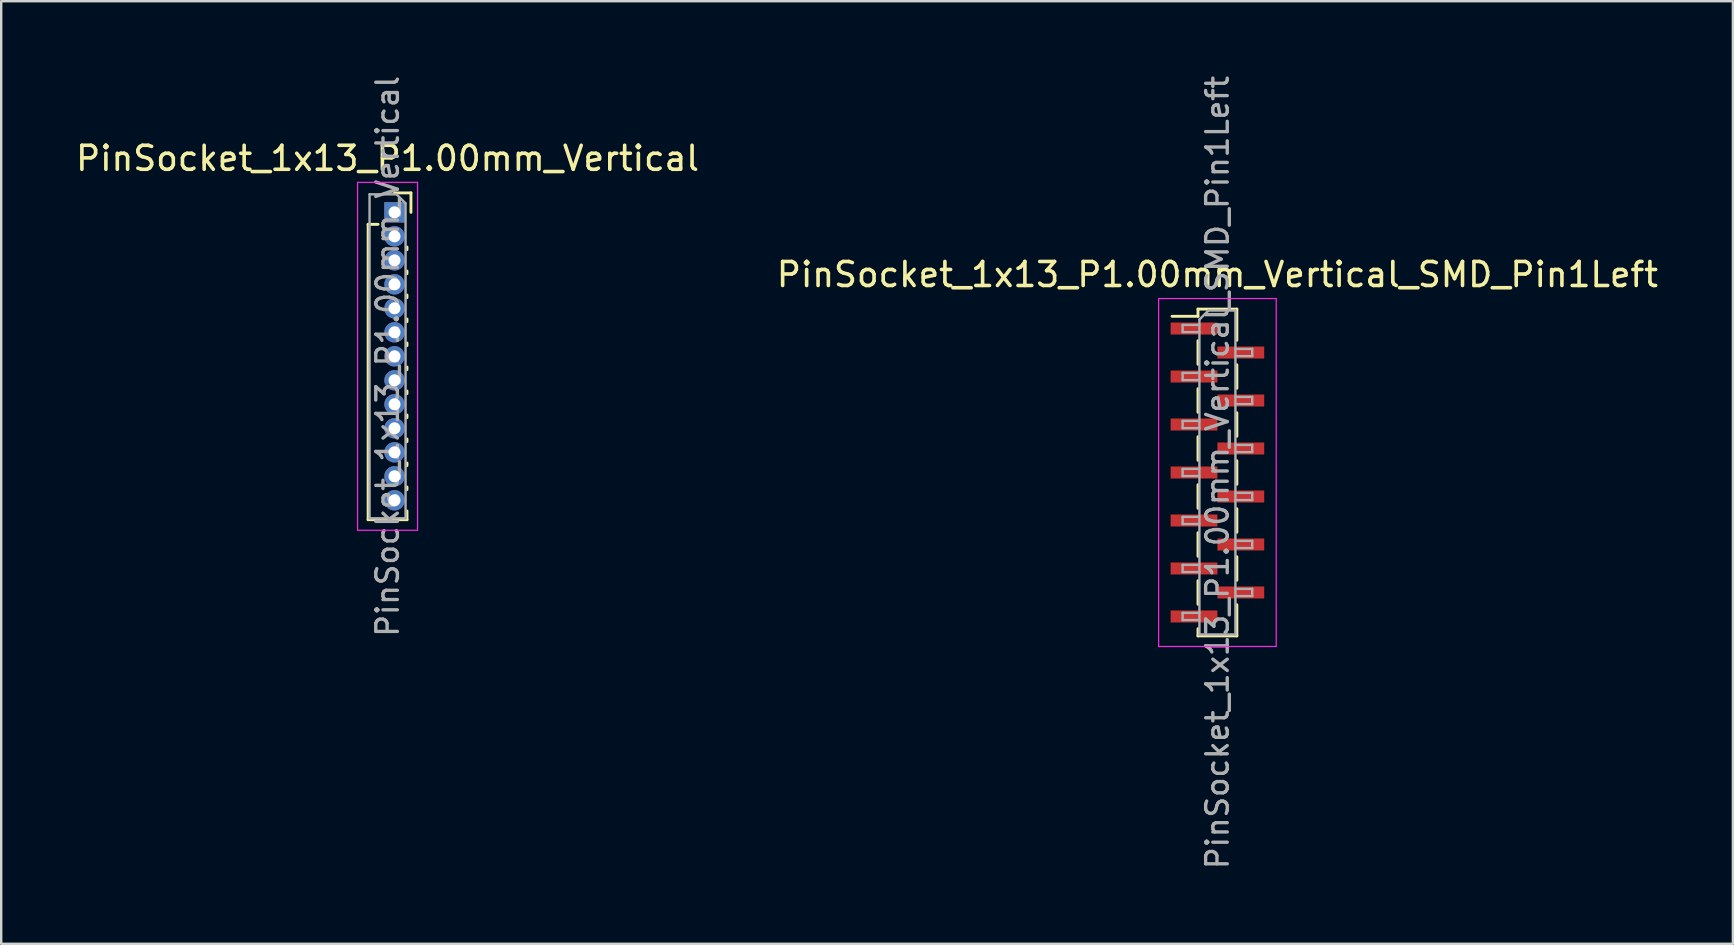
<source format=kicad_pcb>
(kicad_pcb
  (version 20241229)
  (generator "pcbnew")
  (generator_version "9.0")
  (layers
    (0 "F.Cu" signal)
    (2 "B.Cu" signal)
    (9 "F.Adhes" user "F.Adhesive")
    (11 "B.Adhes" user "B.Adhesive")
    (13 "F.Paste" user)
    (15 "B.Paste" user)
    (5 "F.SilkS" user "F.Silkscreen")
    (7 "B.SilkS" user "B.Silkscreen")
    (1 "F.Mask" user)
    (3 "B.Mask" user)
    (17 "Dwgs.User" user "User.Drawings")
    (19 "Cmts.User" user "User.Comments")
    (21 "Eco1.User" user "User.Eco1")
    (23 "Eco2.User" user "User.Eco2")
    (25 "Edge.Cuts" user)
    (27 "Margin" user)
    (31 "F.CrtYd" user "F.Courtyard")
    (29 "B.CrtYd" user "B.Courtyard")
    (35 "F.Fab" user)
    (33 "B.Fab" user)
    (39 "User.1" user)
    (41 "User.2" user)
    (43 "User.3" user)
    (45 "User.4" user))
  (footprint "PinSocket_1x13_P1.00mm_Vertical_SMD_Pin1Left"
    (layer "F.Cu")
    (at 47.685 16.641)
    (property "Reference" "PinSocket_1x13_P1.00mm_Vertical_SMD_Pin1Left" (at 0 -8.25 0) (layer "F.SilkS") (effects (font (size 1 1) (thickness 0.15))))
    (attr smd)
    (fp_line (start -1.89 -6.51) (end -0.81 -6.51) (stroke (width 0.12) (type solid)) (layer "F.SilkS"))
    (fp_line (start -0.81 -6.81) (end -0.81 -6.51) (stroke (width 0.12) (type solid)) (layer "F.SilkS"))
    (fp_line (start -0.81 -6.81) (end 0.81 -6.81) (stroke (width 0.12) (type solid)) (layer "F.SilkS"))
    (fp_line (start -0.81 -5.49) (end -0.81 -4.51) (stroke (width 0.12) (type solid)) (layer "F.SilkS"))
    (fp_line (start -0.81 -3.49) (end -0.81 -2.51) (stroke (width 0.12) (type solid)) (layer "F.SilkS"))
    (fp_line (start -0.81 -1.49) (end -0.81 -0.51) (stroke (width 0.12) (type solid)) (layer "F.SilkS"))
    (fp_line (start -0.81 0.51) (end -0.81 1.49) (stroke (width 0.12) (type solid)) (layer "F.SilkS"))
    (fp_line (start -0.81 2.51) (end -0.81 3.49) (stroke (width 0.12) (type solid)) (layer "F.SilkS"))
    (fp_line (start -0.81 4.51) (end -0.81 5.49) (stroke (width 0.12) (type solid)) (layer "F.SilkS"))
    (fp_line (start -0.81 6.51) (end -0.81 6.81) (stroke (width 0.12) (type solid)) (layer "F.SilkS"))
    (fp_line (start -0.81 6.81) (end 0.81 6.81) (stroke (width 0.12) (type solid)) (layer "F.SilkS"))
    (fp_line (start 0.81 -6.81) (end 0.81 -5.51) (stroke (width 0.12) (type solid)) (layer "F.SilkS"))
    (fp_line (start 0.81 -4.49) (end 0.81 -3.51) (stroke (width 0.12) (type solid)) (layer "F.SilkS"))
    (fp_line (start 0.81 -2.49) (end 0.81 -1.51) (stroke (width 0.12) (type solid)) (layer "F.SilkS"))
    (fp_line (start 0.81 -0.49) (end 0.81 0.49) (stroke (width 0.12) (type solid)) (layer "F.SilkS"))
    (fp_line (start 0.81 1.51) (end 0.81 2.49) (stroke (width 0.12) (type solid)) (layer "F.SilkS"))
    (fp_line (start 0.81 3.51) (end 0.81 4.49) (stroke (width 0.12) (type solid)) (layer "F.SilkS"))
    (fp_line (start 0.81 5.51) (end 0.81 6.81) (stroke (width 0.12) (type solid)) (layer "F.SilkS"))
    (fp_line (start -2.45 -7.25) (end 2.45 -7.25) (stroke (width 0.05) (type solid)) (layer "F.CrtYd"))
    (fp_line (start -2.45 7.25) (end -2.45 -7.25) (stroke (width 0.05) (type solid)) (layer "F.CrtYd"))
    (fp_line (start 2.45 -7.25) (end 2.45 7.25) (stroke (width 0.05) (type solid)) (layer "F.CrtYd"))
    (fp_line (start 2.45 7.25) (end -2.45 7.25) (stroke (width 0.05) (type solid)) (layer "F.CrtYd"))
    (fp_line (start -1.45 -6.15) (end -0.75 -6.15) (stroke (width 0.1) (type solid)) (layer "F.Fab"))
    (fp_line (start -1.45 -5.85) (end -1.45 -6.15) (stroke (width 0.1) (type solid)) (layer "F.Fab"))
    (fp_line (start -1.45 -4.15) (end -0.75 -4.15) (stroke (width 0.1) (type solid)) (layer "F.Fab"))
    (fp_line (start -1.45 -3.85) (end -1.45 -4.15) (stroke (width 0.1) (type solid)) (layer "F.Fab"))
    (fp_line (start -1.45 -2.15) (end -0.75 -2.15) (stroke (width 0.1) (type solid)) (layer "F.Fab"))
    (fp_line (start -1.45 -1.85) (end -1.45 -2.15) (stroke (width 0.1) (type solid)) (layer "F.Fab"))
    (fp_line (start -1.45 -0.15) (end -0.75 -0.15) (stroke (width 0.1) (type solid)) (layer "F.Fab"))
    (fp_line (start -1.45 0.15) (end -1.45 -0.15) (stroke (width 0.1) (type solid)) (layer "F.Fab"))
    (fp_line (start -1.45 1.85) (end -0.75 1.85) (stroke (width 0.1) (type solid)) (layer "F.Fab"))
    (fp_line (start -1.45 2.15) (end -1.45 1.85) (stroke (width 0.1) (type solid)) (layer "F.Fab"))
    (fp_line (start -1.45 3.85) (end -0.75 3.85) (stroke (width 0.1) (type solid)) (layer "F.Fab"))
    (fp_line (start -1.45 4.15) (end -1.45 3.85) (stroke (width 0.1) (type solid)) (layer "F.Fab"))
    (fp_line (start -1.45 5.85) (end -0.75 5.85) (stroke (width 0.1) (type solid)) (layer "F.Fab"))
    (fp_line (start -1.45 6.15) (end -1.45 5.85) (stroke (width 0.1) (type solid)) (layer "F.Fab"))
    (fp_line (start -0.75 -6.375) (end -0.375 -6.75) (stroke (width 0.1) (type solid)) (layer "F.Fab"))
    (fp_line (start -0.75 -5.85) (end -1.45 -5.85) (stroke (width 0.1) (type solid)) (layer "F.Fab"))
    (fp_line (start -0.75 -3.85) (end -1.45 -3.85) (stroke (width 0.1) (type solid)) (layer "F.Fab"))
    (fp_line (start -0.75 -1.85) (end -1.45 -1.85) (stroke (width 0.1) (type solid)) (layer "F.Fab"))
    (fp_line (start -0.75 0.15) (end -1.45 0.15) (stroke (width 0.1) (type solid)) (layer "F.Fab"))
    (fp_line (start -0.75 2.15) (end -1.45 2.15) (stroke (width 0.1) (type solid)) (layer "F.Fab"))
    (fp_line (start -0.75 4.15) (end -1.45 4.15) (stroke (width 0.1) (type solid)) (layer "F.Fab"))
    (fp_line (start -0.75 6.15) (end -1.45 6.15) (stroke (width 0.1) (type solid)) (layer "F.Fab"))
    (fp_line (start -0.75 6.75) (end -0.75 -6.375) (stroke (width 0.1) (type solid)) (layer "F.Fab"))
    (fp_line (start -0.375 -6.75) (end 0.75 -6.75) (stroke (width 0.1) (type solid)) (layer "F.Fab"))
    (fp_line (start 0.75 -6.75) (end 0.75 6.75) (stroke (width 0.1) (type solid)) (layer "F.Fab"))
    (fp_line (start 0.75 -5.15) (end 1.45 -5.15) (stroke (width 0.1) (type solid)) (layer "F.Fab"))
    (fp_line (start 0.75 -3.15) (end 1.45 -3.15) (stroke (width 0.1) (type solid)) (layer "F.Fab"))
    (fp_line (start 0.75 -1.15) (end 1.45 -1.15) (stroke (width 0.1) (type solid)) (layer "F.Fab"))
    (fp_line (start 0.75 0.85) (end 1.45 0.85) (stroke (width 0.1) (type solid)) (layer "F.Fab"))
    (fp_line (start 0.75 2.85) (end 1.45 2.85) (stroke (width 0.1) (type solid)) (layer "F.Fab"))
    (fp_line (start 0.75 4.85) (end 1.45 4.85) (stroke (width 0.1) (type solid)) (layer "F.Fab"))
    (fp_line (start 0.75 6.75) (end -0.75 6.75) (stroke (width 0.1) (type solid)) (layer "F.Fab"))
    (fp_line (start 1.45 -5.15) (end 1.45 -4.85) (stroke (width 0.1) (type solid)) (layer "F.Fab"))
    (fp_line (start 1.45 -4.85) (end 0.75 -4.85) (stroke (width 0.1) (type solid)) (layer "F.Fab"))
    (fp_line (start 1.45 -3.15) (end 1.45 -2.85) (stroke (width 0.1) (type solid)) (layer "F.Fab"))
    (fp_line (start 1.45 -2.85) (end 0.75 -2.85) (stroke (width 0.1) (type solid)) (layer "F.Fab"))
    (fp_line (start 1.45 -1.15) (end 1.45 -0.85) (stroke (width 0.1) (type solid)) (layer "F.Fab"))
    (fp_line (start 1.45 -0.85) (end 0.75 -0.85) (stroke (width 0.1) (type solid)) (layer "F.Fab"))
    (fp_line (start 1.45 0.85) (end 1.45 1.15) (stroke (width 0.1) (type solid)) (layer "F.Fab"))
    (fp_line (start 1.45 1.15) (end 0.75 1.15) (stroke (width 0.1) (type solid)) (layer "F.Fab"))
    (fp_line (start 1.45 2.85) (end 1.45 3.15) (stroke (width 0.1) (type solid)) (layer "F.Fab"))
    (fp_line (start 1.45 3.15) (end 0.75 3.15) (stroke (width 0.1) (type solid)) (layer "F.Fab"))
    (fp_line (start 1.45 4.85) (end 1.45 5.15) (stroke (width 0.1) (type solid)) (layer "F.Fab"))
    (fp_line (start 1.45 5.15) (end 0.75 5.15) (stroke (width 0.1) (type solid)) (layer "F.Fab"))
    (fp_text user "${REFERENCE}" (at 0 0 90) (layer "F.Fab") (effects (font (size 0.9 0.9) (thickness 0.14))))
    (pad "1" smd rect (at -0.975 -6) (size 1.95 0.5) (layers "F.Cu" "F.Mask" "F.Paste"))
    (pad "2" smd rect (at 0.975 -5) (size 1.95 0.5) (layers "F.Cu" "F.Mask" "F.Paste"))
    (pad "3" smd rect (at -0.975 -4) (size 1.95 0.5) (layers "F.Cu" "F.Mask" "F.Paste"))
    (pad "4" smd rect (at 0.975 -3) (size 1.95 0.5) (layers "F.Cu" "F.Mask" "F.Paste"))
    (pad "5" smd rect (at -0.975 -2) (size 1.95 0.5) (layers "F.Cu" "F.Mask" "F.Paste"))
    (pad "6" smd rect (at 0.975 -1) (size 1.95 0.5) (layers "F.Cu" "F.Mask" "F.Paste"))
    (pad "7" smd rect (at -0.975 0) (size 1.95 0.5) (layers "F.Cu" "F.Mask" "F.Paste"))
    (pad "8" smd rect (at 0.975 1) (size 1.95 0.5) (layers "F.Cu" "F.Mask" "F.Paste"))
    (pad "9" smd rect (at -0.975 2) (size 1.95 0.5) (layers "F.Cu" "F.Mask" "F.Paste"))
    (pad "10" smd rect (at 0.975 3) (size 1.95 0.5) (layers "F.Cu" "F.Mask" "F.Paste"))
    (pad "11" smd rect (at -0.975 4) (size 1.95 0.5) (layers "F.Cu" "F.Mask" "F.Paste"))
    (pad "12" smd rect (at 0.975 5) (size 1.95 0.5) (layers "F.Cu" "F.Mask" "F.Paste"))
    (pad "13" smd rect (at -0.975 6) (size 1.95 0.5) (layers "F.Cu" "F.Mask" "F.Paste")))
  (footprint "PinSocket_1x13_P1.00mm_Vertical"
    (layer "F.Cu")
    (at 13.391 5.799)
    (property "Reference" "PinSocket_1x13_P1.00mm_Vertical" (at -0.29 -2.25 0) (layer "F.SilkS") (effects (font (size 1 1) (thickness 0.15))))
    (attr through_hole)
    (fp_line (start -1.1 0.5) (end -1.1 12.81) (stroke (width 0.12) (type solid)) (layer "F.SilkS"))
    (fp_line (start -1.1 0.5) (end -0.685 0.5) (stroke (width 0.12) (type solid)) (layer "F.SilkS"))
    (fp_line (start -1.1 12.81) (end 0.52 12.81) (stroke (width 0.12) (type solid)) (layer "F.SilkS"))
    (fp_line (start 0 -0.81) (end 0.685 -0.81) (stroke (width 0.12) (type solid)) (layer "F.SilkS"))
    (fp_line (start 0.52 1.446) (end 0.52 1.554) (stroke (width 0.12) (type solid)) (layer "F.SilkS"))
    (fp_line (start 0.52 2.446) (end 0.52 2.554) (stroke (width 0.12) (type solid)) (layer "F.SilkS"))
    (fp_line (start 0.52 3.446) (end 0.52 3.554) (stroke (width 0.12) (type solid)) (layer "F.SilkS"))
    (fp_line (start 0.52 4.446) (end 0.52 4.554) (stroke (width 0.12) (type solid)) (layer "F.SilkS"))
    (fp_line (start 0.52 5.446) (end 0.52 5.554) (stroke (width 0.12) (type solid)) (layer "F.SilkS"))
    (fp_line (start 0.52 6.446) (end 0.52 6.554) (stroke (width 0.12) (type solid)) (layer "F.SilkS"))
    (fp_line (start 0.52 7.446) (end 0.52 7.554) (stroke (width 0.12) (type solid)) (layer "F.SilkS"))
    (fp_line (start 0.52 8.446) (end 0.52 8.554) (stroke (width 0.12) (type solid)) (layer "F.SilkS"))
    (fp_line (start 0.52 9.446) (end 0.52 9.554) (stroke (width 0.12) (type solid)) (layer "F.SilkS"))
    (fp_line (start 0.52 10.446) (end 0.52 10.554) (stroke (width 0.12) (type solid)) (layer "F.SilkS"))
    (fp_line (start 0.52 11.446) (end 0.52 11.554) (stroke (width 0.12) (type solid)) (layer "F.SilkS"))
    (fp_line (start 0.52 12.446) (end 0.52 12.81) (stroke (width 0.12) (type solid)) (layer "F.SilkS"))
    (fp_line (start 0.685 -0.81) (end 0.685 0) (stroke (width 0.12) (type solid)) (layer "F.SilkS"))
    (fp_line (start -1.54 -1.25) (end 0.96 -1.25) (stroke (width 0.05) (type solid)) (layer "F.CrtYd"))
    (fp_line (start -1.54 13.25) (end -1.54 -1.25) (stroke (width 0.05) (type solid)) (layer "F.CrtYd"))
    (fp_line (start 0.96 -1.25) (end 0.96 13.25) (stroke (width 0.05) (type solid)) (layer "F.CrtYd"))
    (fp_line (start 0.96 13.25) (end -1.54 13.25) (stroke (width 0.05) (type solid)) (layer "F.CrtYd"))
    (fp_line (start -1.04 -0.75) (end 0.085 -0.75) (stroke (width 0.1) (type solid)) (layer "F.Fab"))
    (fp_line (start -1.04 12.75) (end -1.04 -0.75) (stroke (width 0.1) (type solid)) (layer "F.Fab"))
    (fp_line (start 0.085 -0.75) (end 0.46 -0.375) (stroke (width 0.1) (type solid)) (layer "F.Fab"))
    (fp_line (start 0.46 -0.375) (end 0.46 12.75) (stroke (width 0.1) (type solid)) (layer "F.Fab"))
    (fp_line (start 0.46 12.75) (end -1.04 12.75) (stroke (width 0.1) (type solid)) (layer "F.Fab"))
    (fp_text user "${REFERENCE}" (at -0.29 6 90) (layer "F.Fab") (effects (font (size 0.9 0.9) (thickness 0.14))))
    (pad "1" thru_hole rect (at 0 0) (size 0.85 0.85) (drill 0.5) (layers "*.Cu" "*.Mask"))
    (pad "2" thru_hole oval (at 0 1) (size 0.85 0.85) (drill 0.5) (layers "*.Cu" "*.Mask"))
    (pad "3" thru_hole oval (at 0 2) (size 0.85 0.85) (drill 0.5) (layers "*.Cu" "*.Mask"))
    (pad "4" thru_hole oval (at 0 3) (size 0.85 0.85) (drill 0.5) (layers "*.Cu" "*.Mask"))
    (pad "5" thru_hole oval (at 0 4) (size 0.85 0.85) (drill 0.5) (layers "*.Cu" "*.Mask"))
    (pad "6" thru_hole oval (at 0 5) (size 0.85 0.85) (drill 0.5) (layers "*.Cu" "*.Mask"))
    (pad "7" thru_hole oval (at 0 6) (size 0.85 0.85) (drill 0.5) (layers "*.Cu" "*.Mask"))
    (pad "8" thru_hole oval (at 0 7) (size 0.85 0.85) (drill 0.5) (layers "*.Cu" "*.Mask"))
    (pad "9" thru_hole oval (at 0 8) (size 0.85 0.85) (drill 0.5) (layers "*.Cu" "*.Mask"))
    (pad "10" thru_hole oval (at 0 9) (size 0.85 0.85) (drill 0.5) (layers "*.Cu" "*.Mask"))
    (pad "11" thru_hole oval (at 0 10) (size 0.85 0.85) (drill 0.5) (layers "*.Cu" "*.Mask"))
    (pad "12" thru_hole oval (at 0 11) (size 0.85 0.85) (drill 0.5) (layers "*.Cu" "*.Mask"))
    (pad "13" thru_hole oval (at 0 12) (size 0.85 0.85) (drill 0.5) (layers "*.Cu" "*.Mask")))
  (gr_rect
    (start -3 -3)
    (end 69.167 36.283)
    (stroke (width 0.1) (type default))
    (fill no)
    (layer "Edge.Cuts")))
</source>
